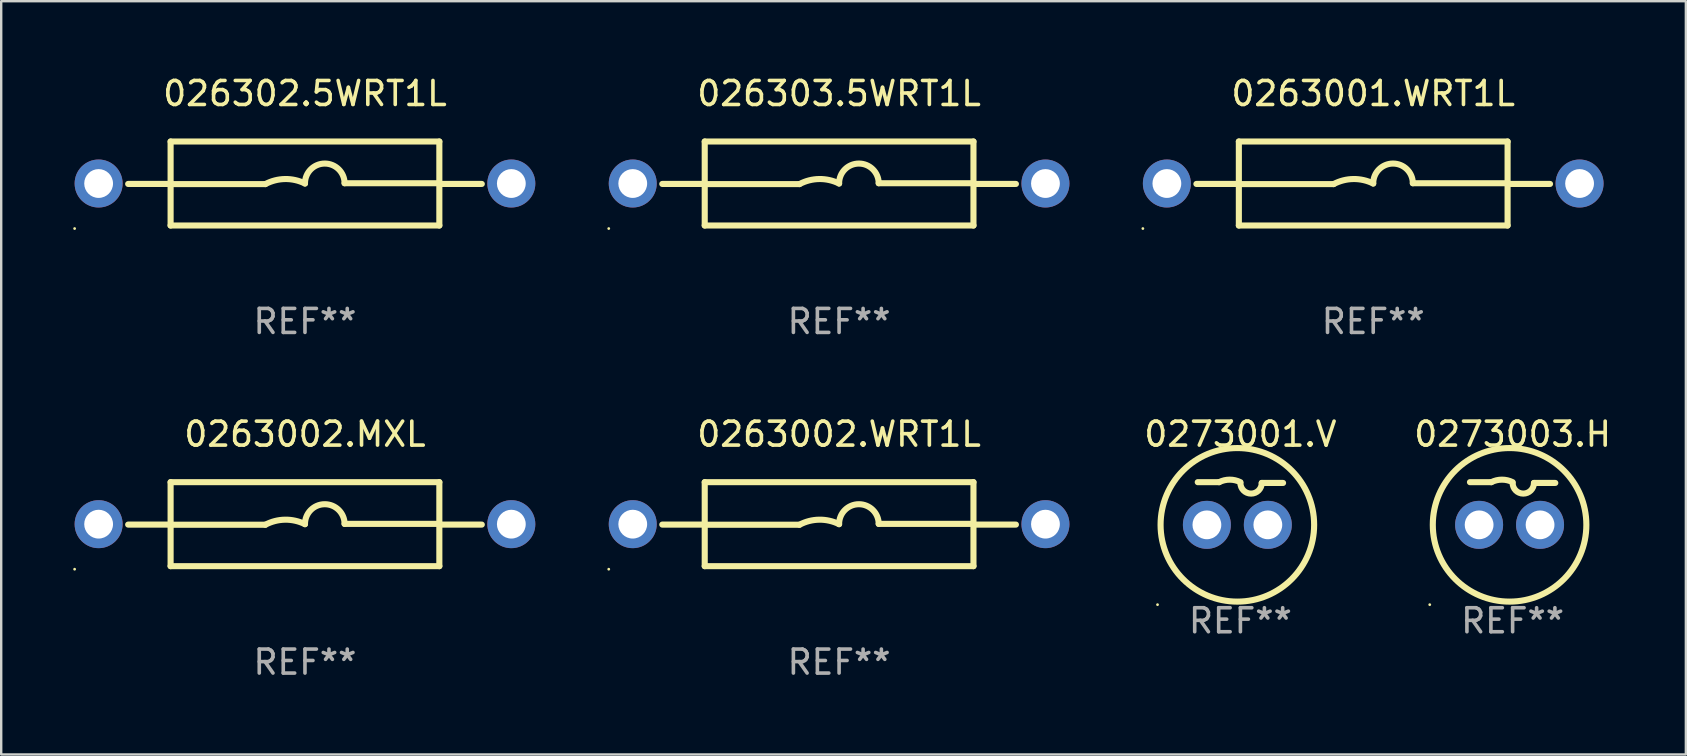
<source format=kicad_pcb>
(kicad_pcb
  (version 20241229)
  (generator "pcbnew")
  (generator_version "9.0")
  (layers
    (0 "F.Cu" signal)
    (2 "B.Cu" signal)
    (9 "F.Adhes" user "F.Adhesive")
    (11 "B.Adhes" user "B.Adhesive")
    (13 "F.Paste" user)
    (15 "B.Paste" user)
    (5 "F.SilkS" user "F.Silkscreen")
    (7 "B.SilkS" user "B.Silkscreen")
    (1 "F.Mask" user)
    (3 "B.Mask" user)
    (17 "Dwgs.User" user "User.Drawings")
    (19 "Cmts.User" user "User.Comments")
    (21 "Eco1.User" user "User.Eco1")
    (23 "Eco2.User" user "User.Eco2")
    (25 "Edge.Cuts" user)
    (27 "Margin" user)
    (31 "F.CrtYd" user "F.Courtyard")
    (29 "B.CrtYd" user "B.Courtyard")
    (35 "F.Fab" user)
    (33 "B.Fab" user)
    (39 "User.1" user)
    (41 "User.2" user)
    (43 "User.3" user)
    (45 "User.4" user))
  (footprint "026303.5WRT1L"
    (layer "F.Cu")
    (at 31.92 4.598)
    (property "Reference" "026303.5WRT1L" (at 0 -3.75 0) (layer "F.SilkS") (effects (font (size 1 1) (thickness 0.15))))
    (attr through_hole)
    (fp_line (start -5.6 0.018) (end -7.369 0.018) (stroke (width 0.254) (type solid)) (layer "F.SilkS"))
    (fp_line (start -5.6 0.024) (end -1.651 0.024) (stroke (width 0.254) (type solid)) (layer "F.SilkS"))
    (fp_line (start -5.6 1.75) (end -5.6 -1.75) (stroke (width 0.254) (type solid)) (layer "F.SilkS"))
    (fp_line (start 5.6 -1.75) (end -5.6 -1.75) (stroke (width 0.254) (type solid)) (layer "F.SilkS"))
    (fp_line (start 5.6 -1.75) (end 5.6 1.75) (stroke (width 0.254) (type solid)) (layer "F.SilkS"))
    (fp_line (start 5.6 -0.012) (end 1.651 -0.012) (stroke (width 0.254) (type solid)) (layer "F.SilkS"))
    (fp_line (start 5.6 0.018) (end 7.369 0.018) (stroke (width 0.254) (type solid)) (layer "F.SilkS"))
    (fp_line (start 5.6 1.75) (end -5.6 1.75) (stroke (width 0.254) (type solid)) (layer "F.SilkS"))
    (fp_arc (start -1.651003 0.024359) (mid -0.828434 -0.186556) (end 0 0.000001) (stroke (width 0.254001) (type solid)) (layer "F.SilkS"))
    (fp_arc (start 0.000001 -0.000001) (mid 0.819576 -0.82554) (end 1.651003 -0.011938) (stroke (width 0.254001) (type solid)) (layer "F.SilkS"))
    (fp_circle (center -9.6 1.877) (end -9.57 1.877) (stroke (width 0.06) (type solid)) (fill no) (layer "F.SilkS"))
    (fp_text user "REF**" (at 0 5.75 0) (layer "F.Fab") (effects (font (size 1 1) (thickness 0.15))))
    (pad "1" thru_hole circle (at -8.6 0) (size 2 2) (drill 1.2) (layers "*.Cu" "*.Mask"))
    (pad "2" thru_hole circle (at 8.6 0) (size 2 2) (drill 1.2) (layers "*.Cu" "*.Mask")))
  (footprint "0273001.V"
    (layer "F.Cu")
    (at 48.645 17.934)
    (property "Reference" "0273001.V" (at 0 -2.889 0) (layer "F.SilkS") (effects (font (size 1 1) (thickness 0.15))))
    (attr through_hole)
    (fp_line (start -1.778 -0.889) (end -0.889 -0.889) (stroke (width 0.254) (type solid)) (layer "F.SilkS"))
    (fp_line (start 1.778 -0.857) (end 0.889 -0.857) (stroke (width 0.254) (type solid)) (layer "F.SilkS"))
    (fp_arc (start -0.889002 -0.889002) (mid -0.444501 -0.993934) (end 0 -0.889002) (stroke (width 0.254001) (type solid)) (layer "F.SilkS"))
    (fp_arc (start 0.889002 -0.857252) (mid 0.444501 -0.412751) (end 0 -0.857252) (stroke (width 0.254001) (type solid)) (layer "F.SilkS"))
    (fp_circle (center -3.454 4.216) (end -3.424 4.216) (stroke (width 0.06) (type solid)) (fill no) (layer "F.SilkS"))
    (fp_circle (center -0.127 0.889) (end 3.073 0.889) (stroke (width 0.254) (type solid)) (fill no) (layer "F.SilkS"))
    (fp_text user "REF**" (at 0 4.889 0) (layer "F.Fab") (effects (font (size 1 1) (thickness 0.15))))
    (pad "1" thru_hole circle (at -1.397 0.889) (size 2 2) (drill 1.2) (layers "*.Cu" "*.Mask"))
    (pad "2" thru_hole circle (at 1.143 0.889) (size 2 2) (drill 1.2) (layers "*.Cu" "*.Mask")))
  (footprint "0263002.WRT1L"
    (layer "F.Cu")
    (at 31.92 18.795)
    (property "Reference" "0263002.WRT1L" (at 0 -3.75 0) (layer "F.SilkS") (effects (font (size 1 1) (thickness 0.15))))
    (attr through_hole)
    (fp_line (start -5.6 0.018) (end -7.369 0.018) (stroke (width 0.254) (type solid)) (layer "F.SilkS"))
    (fp_line (start -5.6 0.024) (end -1.651 0.024) (stroke (width 0.254) (type solid)) (layer "F.SilkS"))
    (fp_line (start -5.6 1.75) (end -5.6 -1.75) (stroke (width 0.254) (type solid)) (layer "F.SilkS"))
    (fp_line (start 5.6 -1.75) (end -5.6 -1.75) (stroke (width 0.254) (type solid)) (layer "F.SilkS"))
    (fp_line (start 5.6 -1.75) (end 5.6 1.75) (stroke (width 0.254) (type solid)) (layer "F.SilkS"))
    (fp_line (start 5.6 -0.012) (end 1.651 -0.012) (stroke (width 0.254) (type solid)) (layer "F.SilkS"))
    (fp_line (start 5.6 0.018) (end 7.369 0.018) (stroke (width 0.254) (type solid)) (layer "F.SilkS"))
    (fp_line (start 5.6 1.75) (end -5.6 1.75) (stroke (width 0.254) (type solid)) (layer "F.SilkS"))
    (fp_arc (start -1.651003 0.024359) (mid -0.828434 -0.186556) (end 0 0.000001) (stroke (width 0.254001) (type solid)) (layer "F.SilkS"))
    (fp_arc (start 0.000001 -0.000001) (mid 0.819576 -0.82554) (end 1.651003 -0.011938) (stroke (width 0.254001) (type solid)) (layer "F.SilkS"))
    (fp_circle (center -9.6 1.877) (end -9.57 1.877) (stroke (width 0.06) (type solid)) (fill no) (layer "F.SilkS"))
    (fp_text user "REF**" (at 0 5.75 0) (layer "F.Fab") (effects (font (size 1 1) (thickness 0.15))))
    (pad "1" thru_hole circle (at -8.6 0) (size 2 2) (drill 1.2) (layers "*.Cu" "*.Mask"))
    (pad "2" thru_hole circle (at 8.6 0) (size 2 2) (drill 1.2) (layers "*.Cu" "*.Mask")))
  (footprint "026302.5WRT1L"
    (layer "F.Cu")
    (at 9.66 4.598)
    (property "Reference" "026302.5WRT1L" (at 0 -3.75 0) (layer "F.SilkS") (effects (font (size 1 1) (thickness 0.15))))
    (attr through_hole)
    (fp_line (start -5.6 0.018) (end -7.369 0.018) (stroke (width 0.254) (type solid)) (layer "F.SilkS"))
    (fp_line (start -5.6 0.024) (end -1.651 0.024) (stroke (width 0.254) (type solid)) (layer "F.SilkS"))
    (fp_line (start -5.6 1.75) (end -5.6 -1.75) (stroke (width 0.254) (type solid)) (layer "F.SilkS"))
    (fp_line (start 5.6 -1.75) (end -5.6 -1.75) (stroke (width 0.254) (type solid)) (layer "F.SilkS"))
    (fp_line (start 5.6 -1.75) (end 5.6 1.75) (stroke (width 0.254) (type solid)) (layer "F.SilkS"))
    (fp_line (start 5.6 -0.012) (end 1.651 -0.012) (stroke (width 0.254) (type solid)) (layer "F.SilkS"))
    (fp_line (start 5.6 0.018) (end 7.369 0.018) (stroke (width 0.254) (type solid)) (layer "F.SilkS"))
    (fp_line (start 5.6 1.75) (end -5.6 1.75) (stroke (width 0.254) (type solid)) (layer "F.SilkS"))
    (fp_arc (start -1.651003 0.024359) (mid -0.828434 -0.186556) (end 0 0.000001) (stroke (width 0.254001) (type solid)) (layer "F.SilkS"))
    (fp_arc (start 0.000001 -0.000001) (mid 0.819576 -0.82554) (end 1.651003 -0.011938) (stroke (width 0.254001) (type solid)) (layer "F.SilkS"))
    (fp_circle (center -9.6 1.877) (end -9.57 1.877) (stroke (width 0.06) (type solid)) (fill no) (layer "F.SilkS"))
    (fp_text user "REF**" (at 0 5.75 0) (layer "F.Fab") (effects (font (size 1 1) (thickness 0.15))))
    (pad "1" thru_hole circle (at -8.6 0) (size 2 2) (drill 1.2) (layers "*.Cu" "*.Mask"))
    (pad "2" thru_hole circle (at 8.6 0) (size 2 2) (drill 1.2) (layers "*.Cu" "*.Mask")))
  (footprint "0263001.WRT1L"
    (layer "F.Cu")
    (at 54.18 4.598)
    (property "Reference" "0263001.WRT1L" (at 0 -3.75 0) (layer "F.SilkS") (effects (font (size 1 1) (thickness 0.15))))
    (attr through_hole)
    (fp_line (start -5.6 0.018) (end -7.369 0.018) (stroke (width 0.254) (type solid)) (layer "F.SilkS"))
    (fp_line (start -5.6 0.024) (end -1.651 0.024) (stroke (width 0.254) (type solid)) (layer "F.SilkS"))
    (fp_line (start -5.6 1.75) (end -5.6 -1.75) (stroke (width 0.254) (type solid)) (layer "F.SilkS"))
    (fp_line (start 5.6 -1.75) (end -5.6 -1.75) (stroke (width 0.254) (type solid)) (layer "F.SilkS"))
    (fp_line (start 5.6 -1.75) (end 5.6 1.75) (stroke (width 0.254) (type solid)) (layer "F.SilkS"))
    (fp_line (start 5.6 -0.012) (end 1.651 -0.012) (stroke (width 0.254) (type solid)) (layer "F.SilkS"))
    (fp_line (start 5.6 0.018) (end 7.369 0.018) (stroke (width 0.254) (type solid)) (layer "F.SilkS"))
    (fp_line (start 5.6 1.75) (end -5.6 1.75) (stroke (width 0.254) (type solid)) (layer "F.SilkS"))
    (fp_arc (start -1.651003 0.024359) (mid -0.828434 -0.186556) (end 0 0.000001) (stroke (width 0.254001) (type solid)) (layer "F.SilkS"))
    (fp_arc (start 0.000001 -0.000001) (mid 0.819576 -0.82554) (end 1.651003 -0.011938) (stroke (width 0.254001) (type solid)) (layer "F.SilkS"))
    (fp_circle (center -9.6 1.877) (end -9.57 1.877) (stroke (width 0.06) (type solid)) (fill no) (layer "F.SilkS"))
    (fp_text user "REF**" (at 0 5.75 0) (layer "F.Fab") (effects (font (size 1 1) (thickness 0.15))))
    (pad "1" thru_hole circle (at -8.6 0) (size 2 2) (drill 1.2) (layers "*.Cu" "*.Mask"))
    (pad "2" thru_hole circle (at 8.6 0) (size 2 2) (drill 1.2) (layers "*.Cu" "*.Mask")))
  (footprint "0273003.H"
    (layer "F.Cu")
    (at 59.99 17.934)
    (property "Reference" "0273003.H" (at 0 -2.889 0) (layer "F.SilkS") (effects (font (size 1 1) (thickness 0.15))))
    (attr through_hole)
    (fp_line (start -1.778 -0.889) (end -0.889 -0.889) (stroke (width 0.254) (type solid)) (layer "F.SilkS"))
    (fp_line (start 1.778 -0.857) (end 0.889 -0.857) (stroke (width 0.254) (type solid)) (layer "F.SilkS"))
    (fp_arc (start -0.889002 -0.889002) (mid -0.444501 -0.993934) (end 0 -0.889002) (stroke (width 0.254001) (type solid)) (layer "F.SilkS"))
    (fp_arc (start 0.889002 -0.857252) (mid 0.444501 -0.412751) (end 0 -0.857252) (stroke (width 0.254001) (type solid)) (layer "F.SilkS"))
    (fp_circle (center -3.454 4.216) (end -3.424 4.216) (stroke (width 0.06) (type solid)) (fill no) (layer "F.SilkS"))
    (fp_circle (center -0.127 0.889) (end 3.073 0.889) (stroke (width 0.254) (type solid)) (fill no) (layer "F.SilkS"))
    (fp_text user "REF**" (at 0 4.889 0) (layer "F.Fab") (effects (font (size 1 1) (thickness 0.15))))
    (pad "1" thru_hole circle (at -1.397 0.889) (size 2 2) (drill 1.2) (layers "*.Cu" "*.Mask"))
    (pad "2" thru_hole circle (at 1.143 0.889) (size 2 2) (drill 1.2) (layers "*.Cu" "*.Mask")))
  (footprint "0263002.MXL"
    (layer "F.Cu")
    (at 9.66 18.795)
    (property "Reference" "0263002.MXL" (at 0 -3.75 0) (layer "F.SilkS") (effects (font (size 1 1) (thickness 0.15))))
    (attr through_hole)
    (fp_line (start -5.6 0.018) (end -7.369 0.018) (stroke (width 0.254) (type solid)) (layer "F.SilkS"))
    (fp_line (start -5.6 0.024) (end -1.651 0.024) (stroke (width 0.254) (type solid)) (layer "F.SilkS"))
    (fp_line (start -5.6 1.75) (end -5.6 -1.75) (stroke (width 0.254) (type solid)) (layer "F.SilkS"))
    (fp_line (start 5.6 -1.75) (end -5.6 -1.75) (stroke (width 0.254) (type solid)) (layer "F.SilkS"))
    (fp_line (start 5.6 -1.75) (end 5.6 1.75) (stroke (width 0.254) (type solid)) (layer "F.SilkS"))
    (fp_line (start 5.6 -0.012) (end 1.651 -0.012) (stroke (width 0.254) (type solid)) (layer "F.SilkS"))
    (fp_line (start 5.6 0.018) (end 7.369 0.018) (stroke (width 0.254) (type solid)) (layer "F.SilkS"))
    (fp_line (start 5.6 1.75) (end -5.6 1.75) (stroke (width 0.254) (type solid)) (layer "F.SilkS"))
    (fp_arc (start -1.651003 0.024359) (mid -0.828434 -0.186556) (end 0 0.000001) (stroke (width 0.254001) (type solid)) (layer "F.SilkS"))
    (fp_arc (start 0.000001 -0.000001) (mid 0.819576 -0.82554) (end 1.651003 -0.011938) (stroke (width 0.254001) (type solid)) (layer "F.SilkS"))
    (fp_circle (center -9.6 1.877) (end -9.57 1.877) (stroke (width 0.06) (type solid)) (fill no) (layer "F.SilkS"))
    (fp_text user "REF**" (at 0 5.75 0) (layer "F.Fab") (effects (font (size 1 1) (thickness 0.15))))
    (pad "1" thru_hole circle (at -8.6 0) (size 2 2) (drill 1.2) (layers "*.Cu" "*.Mask"))
    (pad "2" thru_hole circle (at 8.6 0) (size 2 2) (drill 1.2) (layers "*.Cu" "*.Mask")))
  (gr_rect
    (start -3 -3)
    (end 67.21 28.393)
    (stroke (width 0.1) (type default))
    (fill no)
    (layer "Edge.Cuts")))
</source>
